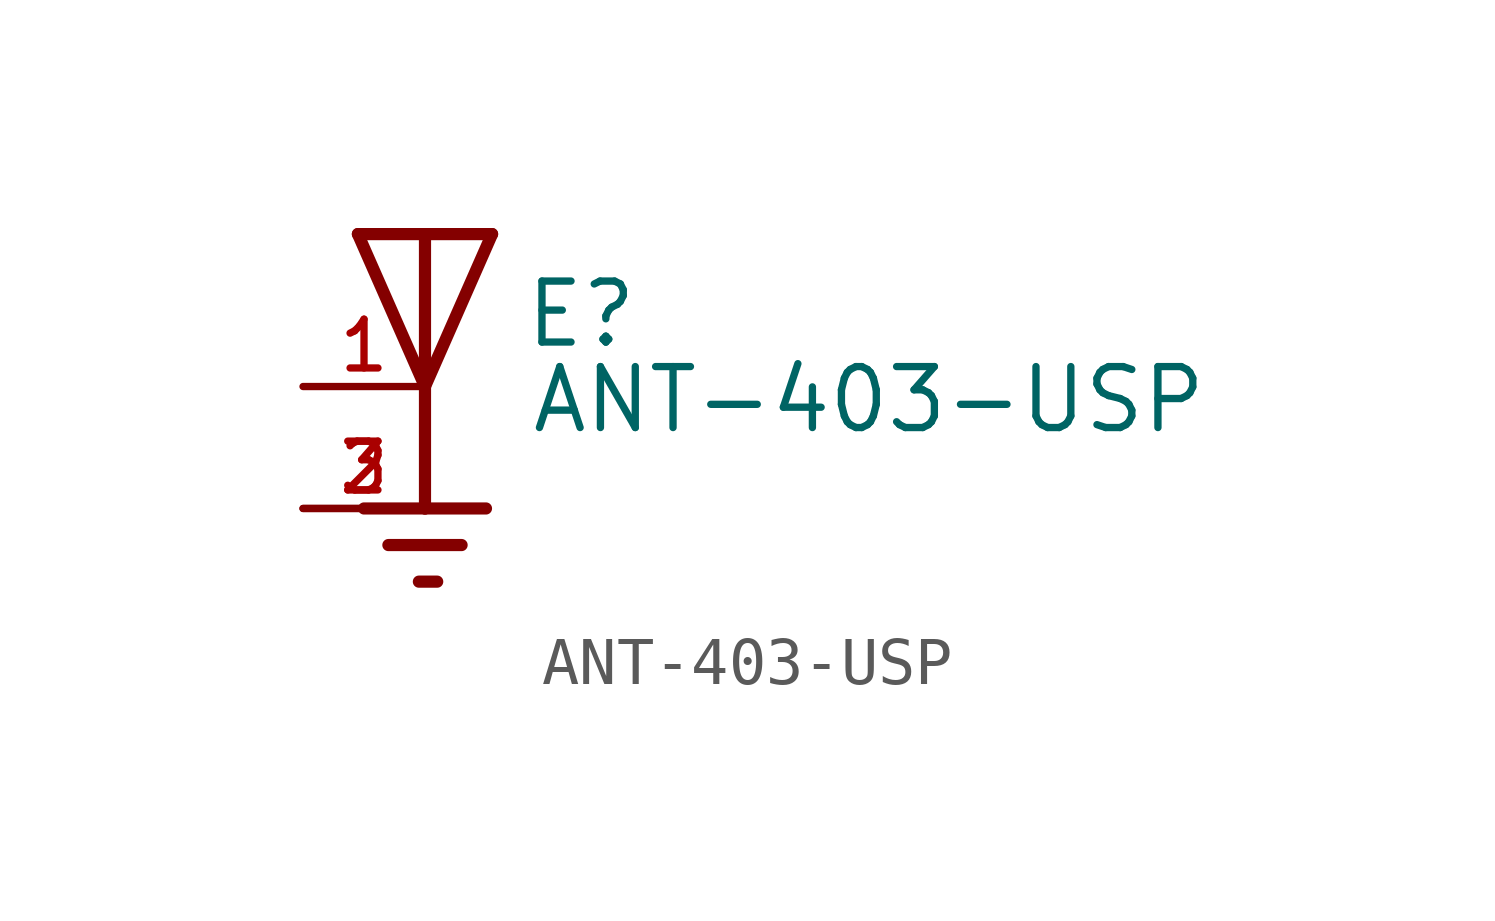
<source format=kicad_sym>
(kicad_symbol_lib
  (version 20211014)
  (generator kicad_symbol_editor)
  (symbol "ANT-403-USP"
    (pin_names
      (offset 1.016))
    (property "Reference" "E"
      (at 2.034 0.763 0)
      (effects (font (size 1.27 1.27)) (justify bottom left)))
    (property "Value" "ANT-403-USP"
      (at 2.163 -1.018 0)
      (effects (font (size 1.27 1.27)) (justify bottom left)))
    (symbol "ANT-403-USP_0_0"
      (polyline (pts (xy -1.397 3.175) (xy 0.0 3.175)) (stroke (width 0.254)))
      (polyline (pts (xy 0.0 3.175) (xy 1.397 3.175)) (stroke (width 0.254)))
      (polyline (pts (xy 1.397 3.175) (xy 0.0 0.0)) (stroke (width 0.254)))
      (polyline (pts (xy 0.0 0.0) (xy -1.397 3.175)) (stroke (width 0.254)))
      (polyline (pts (xy 0.0 3.175) (xy 0.0 0.0)) (stroke (width 0.254)))
      (polyline (pts (xy 0.0 0.0) (xy 0.0 -2.54)) (stroke (width 0.254)))
      (polyline (pts (xy 0.0 -2.54) (xy -1.27 -2.54)) (stroke (width 0.254)))
      (polyline (pts (xy 0.0 -2.54) (xy 1.27 -2.54)) (stroke (width 0.254)))
      (polyline (pts (xy -0.762 -3.302) (xy 0.762 -3.302)) (stroke (width 0.254)))
      (polyline (pts (xy -0.127 -4.064) (xy 0.254 -4.064)) (stroke (width 0.254)))
      (pin passive line (at -2.54 0.0 0) (length 2.54) (name "~" (effects (font (size 1.016 1.016)))) (number "1" (effects (font (size 1.016 1.016)))))
      (pin power_in line (at -2.54 -2.54 0) (length 2.54) (name "~" (effects (font (size 1.016 1.016)))) (number "2" (effects (font (size 1.016 1.016)))))
      (pin power_in line (at -2.54 -2.54 0) (length 2.54) (name "~" (effects (font (size 1.016 1.016)))) (number "3" (effects (font (size 1.016 1.016))))))))
</source>
